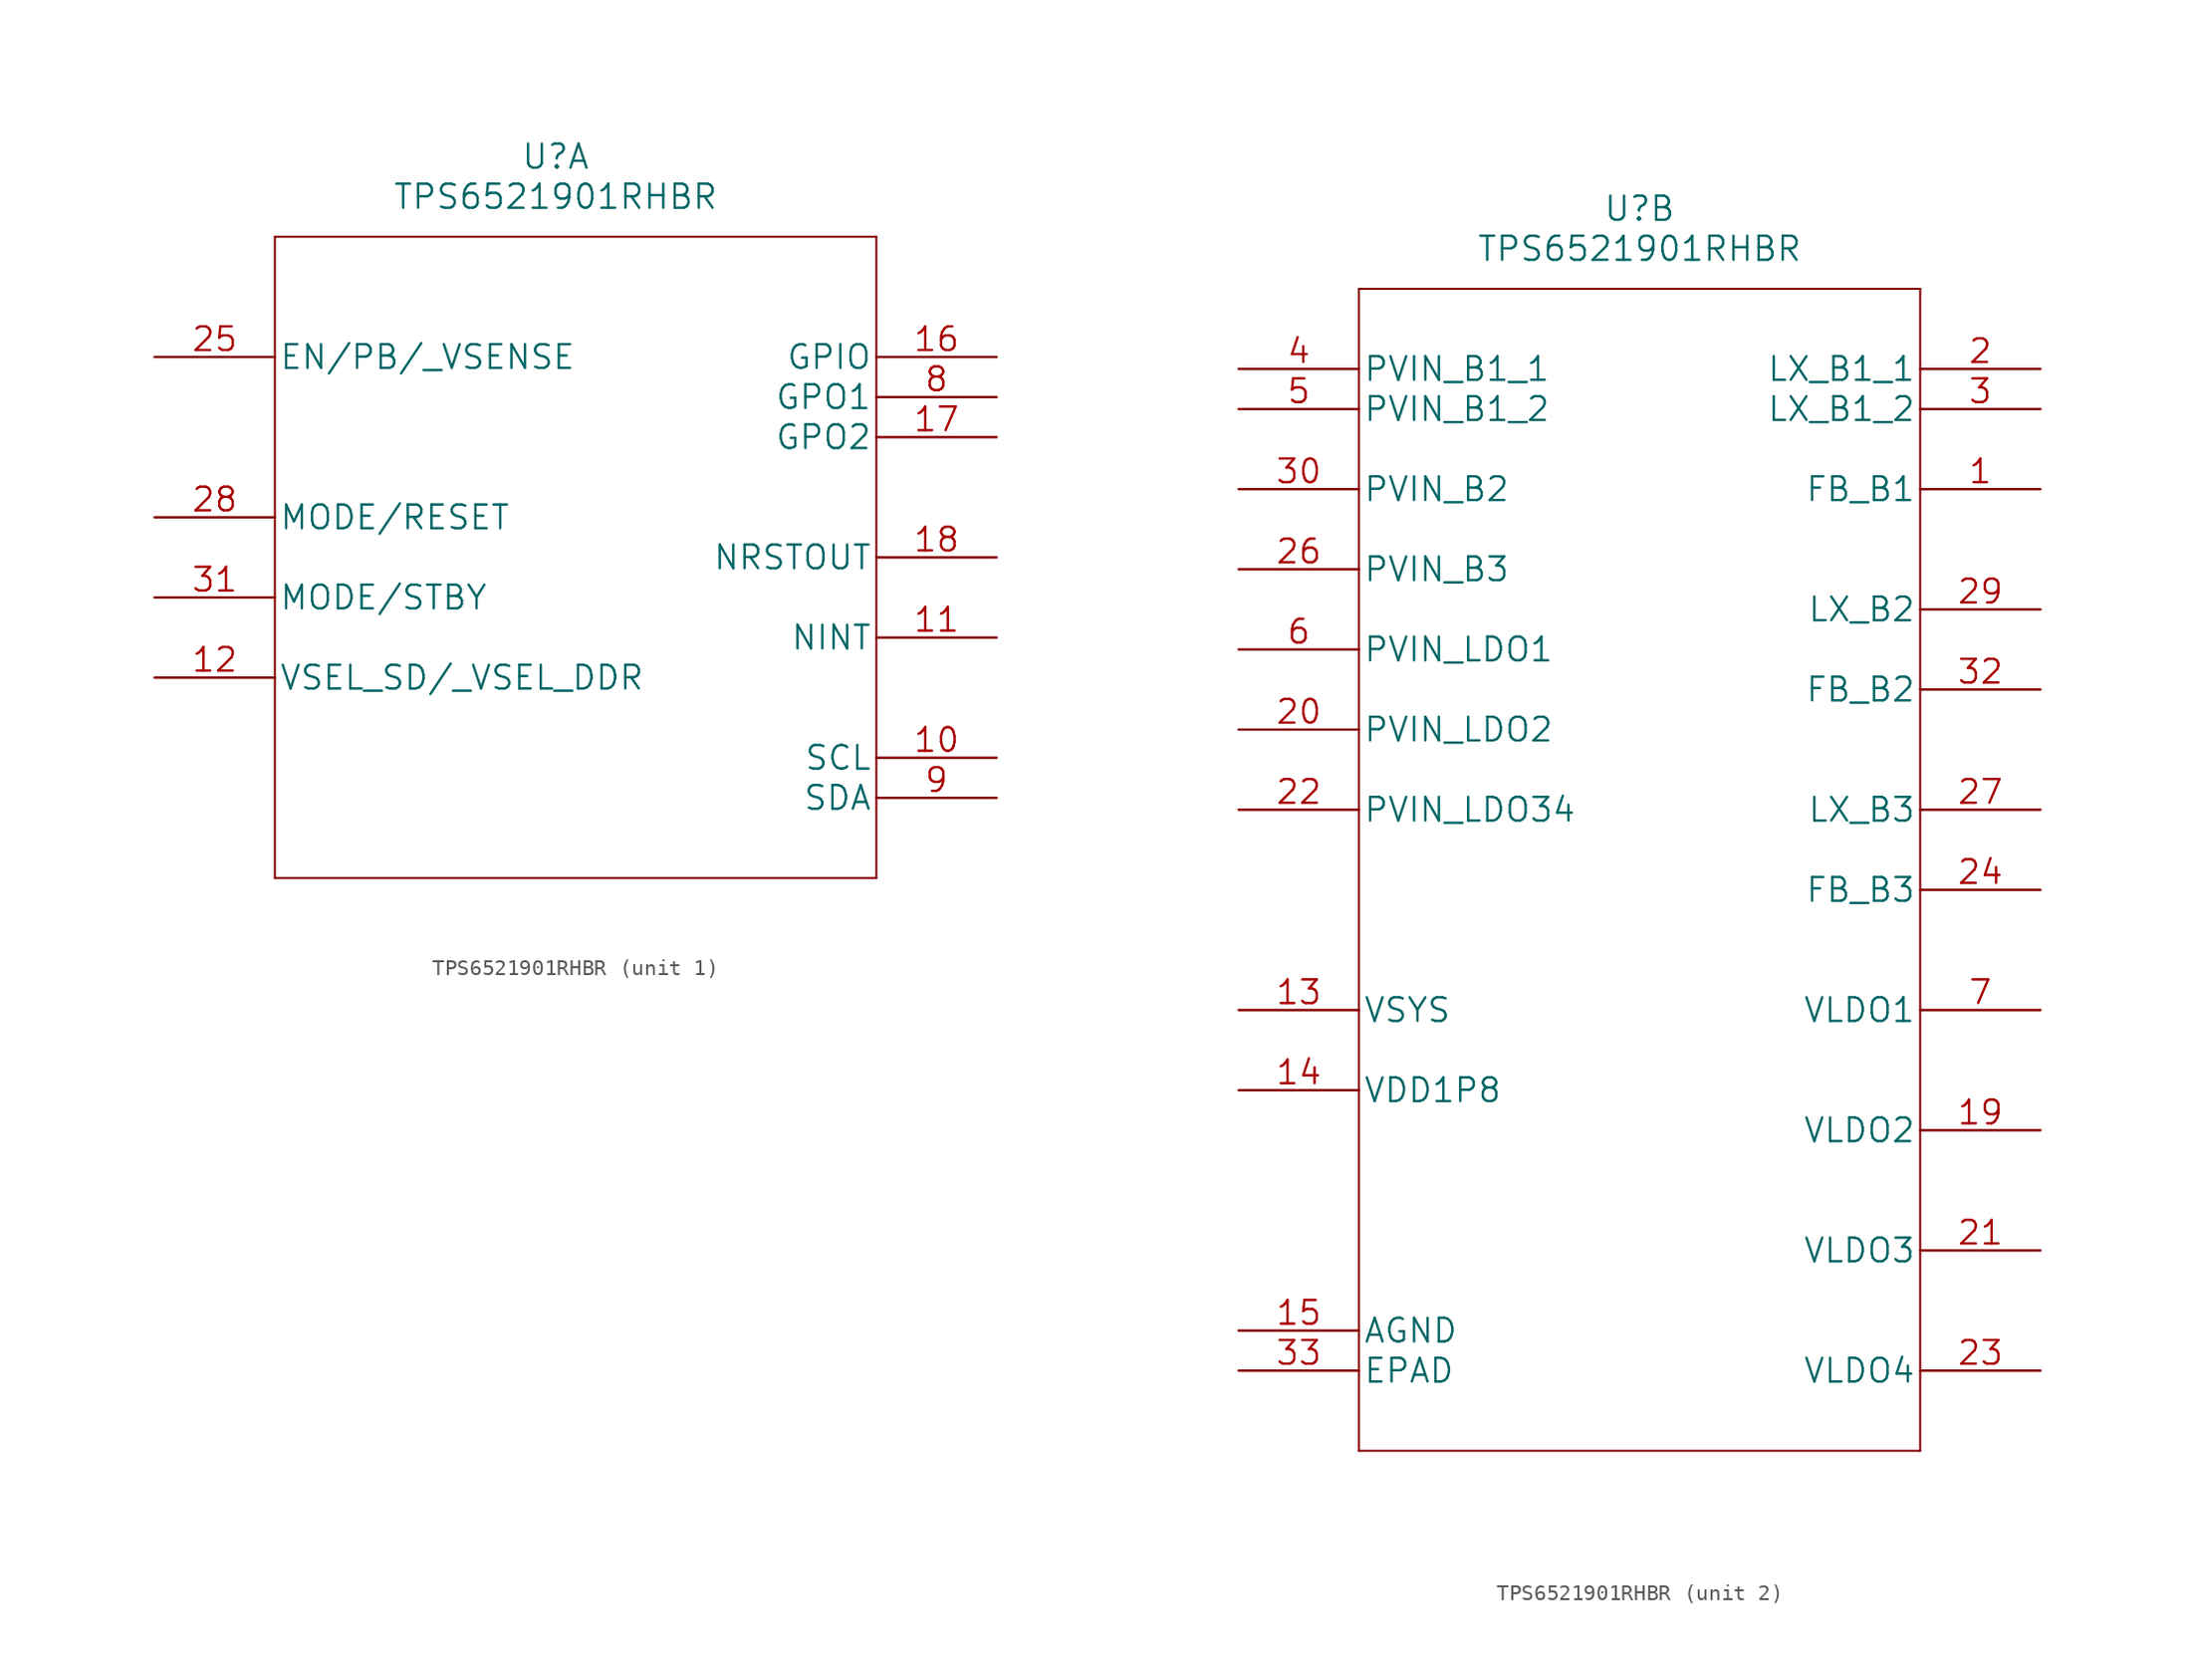
<source format=kicad_sym>
(kicad_symbol_lib
  (version 20220914)
  (generator kicad_symbol_editor)
  (symbol "TPS6521901RHBR"
    (pin_names
      (offset 0.254))
    (property "Reference" "U"
      (at 25.4 10.16 0)
      (effects (font (size 1.524 1.524))))
    (property "Value" "TPS6521901RHBR"
      (at 25.4 7.62 0)
      (effects (font (size 1.524 1.524))))
    (property "Datasheet" ""
      (at 27.94 2.54 0)
      (effects (font (size 1.524 1.524))))
    (property "ki_locked" ""
      (at 0 0 0)
      (effects (font (size 1.27 1.27))))
    (symbol "TPS6521901RHBR_1_1"
      (polyline (pts (xy 7.62 -35.56) (xy 45.72 -35.56)) (stroke (width 0.127) (type solid)) (fill (type none)))
      (polyline (pts (xy 7.62 5.08) (xy 7.62 -35.56)) (stroke (width 0.127) (type solid)) (fill (type none)))
      (polyline (pts (xy 45.72 -35.56) (xy 45.72 5.08)) (stroke (width 0.127) (type solid)) (fill (type none)))
      (polyline (pts (xy 45.72 5.08) (xy 7.62 5.08)) (stroke (width 0.127) (type solid)) (fill (type none)))
      (pin input line (at 53.34 -27.94 180) (length 7.62) (name "SCL" (effects (font (size 1.499 1.499)))) (number "10" (effects (font (size 1.499 1.499)))))
      (pin output line (at 53.34 -20.32 180) (length 7.62) (name "NINT" (effects (font (size 1.499 1.499)))) (number "11" (effects (font (size 1.499 1.499)))))
      (pin input line (at 0 -22.86 0) (length 7.62) (name "VSEL_SD/_VSEL_DDR" (effects (font (size 1.499 1.499)))) (number "12" (effects (font (size 1.499 1.499)))))
      (pin bidirectional line (at 53.34 -2.54 180) (length 7.62) (name "GPIO" (effects (font (size 1.499 1.499)))) (number "16" (effects (font (size 1.499 1.499)))))
      (pin output line (at 53.34 -7.62 180) (length 7.62) (name "GPO2" (effects (font (size 1.499 1.499)))) (number "17" (effects (font (size 1.499 1.499)))))
      (pin output line (at 53.34 -15.24 180) (length 7.62) (name "NRSTOUT" (effects (font (size 1.499 1.499)))) (number "18" (effects (font (size 1.499 1.499)))))
      (pin input line (at 0 -2.54 0) (length 7.62) (name "EN/PB/_VSENSE" (effects (font (size 1.499 1.499)))) (number "25" (effects (font (size 1.499 1.499)))))
      (pin input line (at 0 -12.7 0) (length 7.62) (name "MODE/RESET" (effects (font (size 1.499 1.499)))) (number "28" (effects (font (size 1.499 1.499)))))
      (pin input line (at 0 -17.78 0) (length 7.62) (name "MODE/STBY" (effects (font (size 1.499 1.499)))) (number "31" (effects (font (size 1.499 1.499)))))
      (pin output line (at 53.34 -5.08 180) (length 7.62) (name "GPO1" (effects (font (size 1.499 1.499)))) (number "8" (effects (font (size 1.499 1.499)))))
      (pin bidirectional line (at 53.34 -30.48 180) (length 7.62) (name "SDA" (effects (font (size 1.499 1.499)))) (number "9" (effects (font (size 1.499 1.499))))))
    (symbol "TPS6521901RHBR_2_1"
      (polyline (pts (xy 7.62 -68.58) (xy 43.18 -68.58)) (stroke (width 0.127) (type solid)) (fill (type none)))
      (polyline (pts (xy 7.62 5.08) (xy 7.62 -68.58)) (stroke (width 0.127) (type solid)) (fill (type none)))
      (polyline (pts (xy 43.18 -68.58) (xy 43.18 5.08)) (stroke (width 0.127) (type solid)) (fill (type none)))
      (polyline (pts (xy 43.18 5.08) (xy 7.62 5.08)) (stroke (width 0.127) (type solid)) (fill (type none)))
      (pin input line (at 50.8 -7.62 180) (length 7.62) (name "FB_B1" (effects (font (size 1.499 1.499)))) (number "1" (effects (font (size 1.499 1.499)))))
      (pin power_in line (at 0 -40.64 0) (length 7.62) (name "VSYS" (effects (font (size 1.499 1.499)))) (number "13" (effects (font (size 1.499 1.499)))))
      (pin power_out line (at 0 -45.72 0) (length 7.62) (name "VDD1P8" (effects (font (size 1.499 1.499)))) (number "14" (effects (font (size 1.499 1.499)))))
      (pin power_in line (at 0 -60.96 0) (length 7.62) (name "AGND" (effects (font (size 1.499 1.499)))) (number "15" (effects (font (size 1.499 1.499)))))
      (pin power_out line (at 50.8 -48.26 180) (length 7.62) (name "VLDO2" (effects (font (size 1.499 1.499)))) (number "19" (effects (font (size 1.499 1.499)))))
      (pin power_out line (at 50.8 0 180) (length 7.62) (name "LX_B1_1" (effects (font (size 1.499 1.499)))) (number "2" (effects (font (size 1.499 1.499)))))
      (pin power_in line (at 0 -22.86 0) (length 7.62) (name "PVIN_LDO2" (effects (font (size 1.499 1.499)))) (number "20" (effects (font (size 1.499 1.499)))))
      (pin power_out line (at 50.8 -55.88 180) (length 7.62) (name "VLDO3" (effects (font (size 1.499 1.499)))) (number "21" (effects (font (size 1.499 1.499)))))
      (pin power_in line (at 0 -27.94 0) (length 7.62) (name "PVIN_LDO34" (effects (font (size 1.499 1.499)))) (number "22" (effects (font (size 1.499 1.499)))))
      (pin power_out line (at 50.8 -63.5 180) (length 7.62) (name "VLDO4" (effects (font (size 1.499 1.499)))) (number "23" (effects (font (size 1.499 1.499)))))
      (pin input line (at 50.8 -33.02 180) (length 7.62) (name "FB_B3" (effects (font (size 1.499 1.499)))) (number "24" (effects (font (size 1.499 1.499)))))
      (pin power_in line (at 0 -12.7 0) (length 7.62) (name "PVIN_B3" (effects (font (size 1.499 1.499)))) (number "26" (effects (font (size 1.499 1.499)))))
      (pin power_out line (at 50.8 -27.94 180) (length 7.62) (name "LX_B3" (effects (font (size 1.499 1.499)))) (number "27" (effects (font (size 1.499 1.499)))))
      (pin power_out line (at 50.8 -15.24 180) (length 7.62) (name "LX_B2" (effects (font (size 1.499 1.499)))) (number "29" (effects (font (size 1.499 1.499)))))
      (pin power_out line (at 50.8 -2.54 180) (length 7.62) (name "LX_B1_2" (effects (font (size 1.499 1.499)))) (number "3" (effects (font (size 1.499 1.499)))))
      (pin power_in line (at 0 -7.62 0) (length 7.62) (name "PVIN_B2" (effects (font (size 1.499 1.499)))) (number "30" (effects (font (size 1.499 1.499)))))
      (pin input line (at 50.8 -20.32 180) (length 7.62) (name "FB_B2" (effects (font (size 1.499 1.499)))) (number "32" (effects (font (size 1.499 1.499)))))
      (pin power_in line (at 0 -63.5 0) (length 7.62) (name "EPAD" (effects (font (size 1.499 1.499)))) (number "33" (effects (font (size 1.499 1.499)))))
      (pin power_in line (at 0 0 0) (length 7.62) (name "PVIN_B1_1" (effects (font (size 1.499 1.499)))) (number "4" (effects (font (size 1.499 1.499)))))
      (pin power_in line (at 0 -2.54 0) (length 7.62) (name "PVIN_B1_2" (effects (font (size 1.499 1.499)))) (number "5" (effects (font (size 1.499 1.499)))))
      (pin power_in line (at 0 -17.78 0) (length 7.62) (name "PVIN_LDO1" (effects (font (size 1.499 1.499)))) (number "6" (effects (font (size 1.499 1.499)))))
      (pin power_out line (at 50.8 -40.64 180) (length 7.62) (name "VLDO1" (effects (font (size 1.499 1.499)))) (number "7" (effects (font (size 1.499 1.499))))))))
</source>
